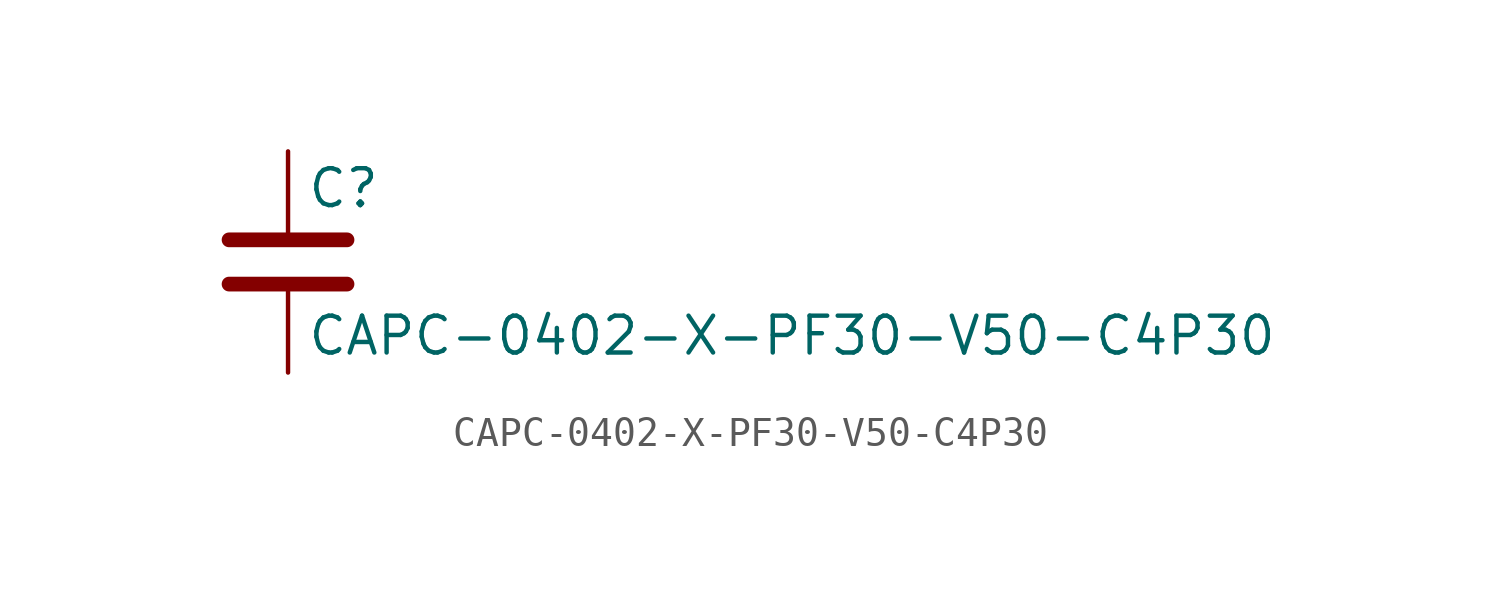
<source format=kicad_sym>
(kicad_symbol_lib
  (version 20211014)
  (generator kicad_symbol_editor)
  (symbol "CAPC-0402-X-PF30-V50-C4P30"
    (pin_numbers hide)
    (pin_names
      (offset 0.254))
    (property "Reference" "C"
      (at 0.635 2.54 0)
      (effects (font (size 1.27 1.27)) (justify left)))
    (property "Value" "CAPC-0402-X-PF30-V50-C4P30"
      (at 0.635 -2.54 0)
      (effects (font (size 1.27 1.27)) (justify left)))
    (symbol "CAPC-0402-X-PF30-V50-C4P30_0_1"
      (polyline (pts (xy -2.032 -0.762) (xy 2.032 -0.762)) (stroke (width 0.508) (type default) (color 0 0 0 0)) (fill (type none)))
      (polyline (pts (xy -2.032 0.762) (xy 2.032 0.762)) (stroke (width 0.508) (type default) (color 0 0 0 0)) (fill (type none))))
    (symbol "CAPC-0402-X-PF30-V50-C4P30_1_1"
      (pin passive line (at 0 3.81 270) (length 2.794) (name "~" (effects (font (size 1.27 1.27)))) (number "1" (effects (font (size 1.27 1.27)))))
      (pin passive line (at 0 -3.81 90) (length 2.794) (name "~" (effects (font (size 1.27 1.27)))) (number "2" (effects (font (size 1.27 1.27))))))))
</source>
